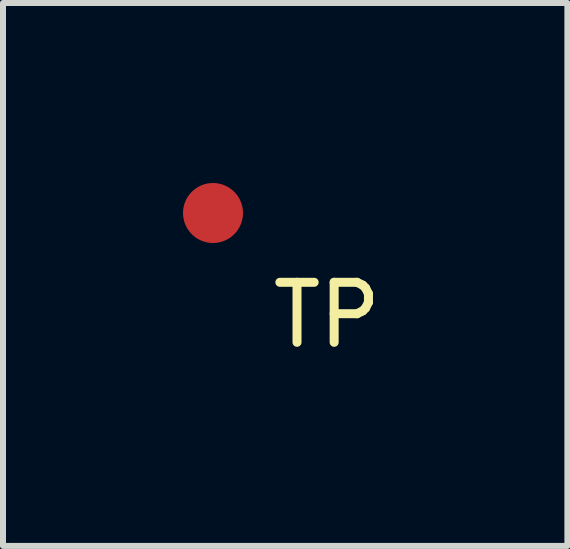
<source format=kicad_pcb>
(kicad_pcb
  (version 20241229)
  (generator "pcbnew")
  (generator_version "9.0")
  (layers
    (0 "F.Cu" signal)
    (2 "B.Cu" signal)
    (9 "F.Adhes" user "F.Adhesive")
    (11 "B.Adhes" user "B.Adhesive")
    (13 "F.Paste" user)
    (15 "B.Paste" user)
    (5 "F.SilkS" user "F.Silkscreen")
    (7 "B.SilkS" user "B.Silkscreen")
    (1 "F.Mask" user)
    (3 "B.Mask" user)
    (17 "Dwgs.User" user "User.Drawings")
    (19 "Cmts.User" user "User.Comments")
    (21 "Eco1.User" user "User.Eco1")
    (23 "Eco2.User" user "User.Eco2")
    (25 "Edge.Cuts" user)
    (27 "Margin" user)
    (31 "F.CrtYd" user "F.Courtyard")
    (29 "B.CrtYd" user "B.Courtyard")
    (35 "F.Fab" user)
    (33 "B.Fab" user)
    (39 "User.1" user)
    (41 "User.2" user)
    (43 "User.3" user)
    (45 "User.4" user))
  (footprint "TP"
    (layer "F.Cu")
    (at 0.5 0.5)
    (property "Reference" "TP" (at 1.9 1.7 0) (layer "F.SilkS") (effects (font (size 1 1) (thickness 0.15))))
    (attr through_hole)
    (pad "1" smd circle (at 0 0) (size 1 1) (layers "F.Cu" "F.Mask" "F.Paste")))
  (gr_rect
    (start -3 -3)
    (end 6.406 6.048)
    (stroke (width 0.1) (type default))
    (fill no)
    (layer "Edge.Cuts")))
</source>
